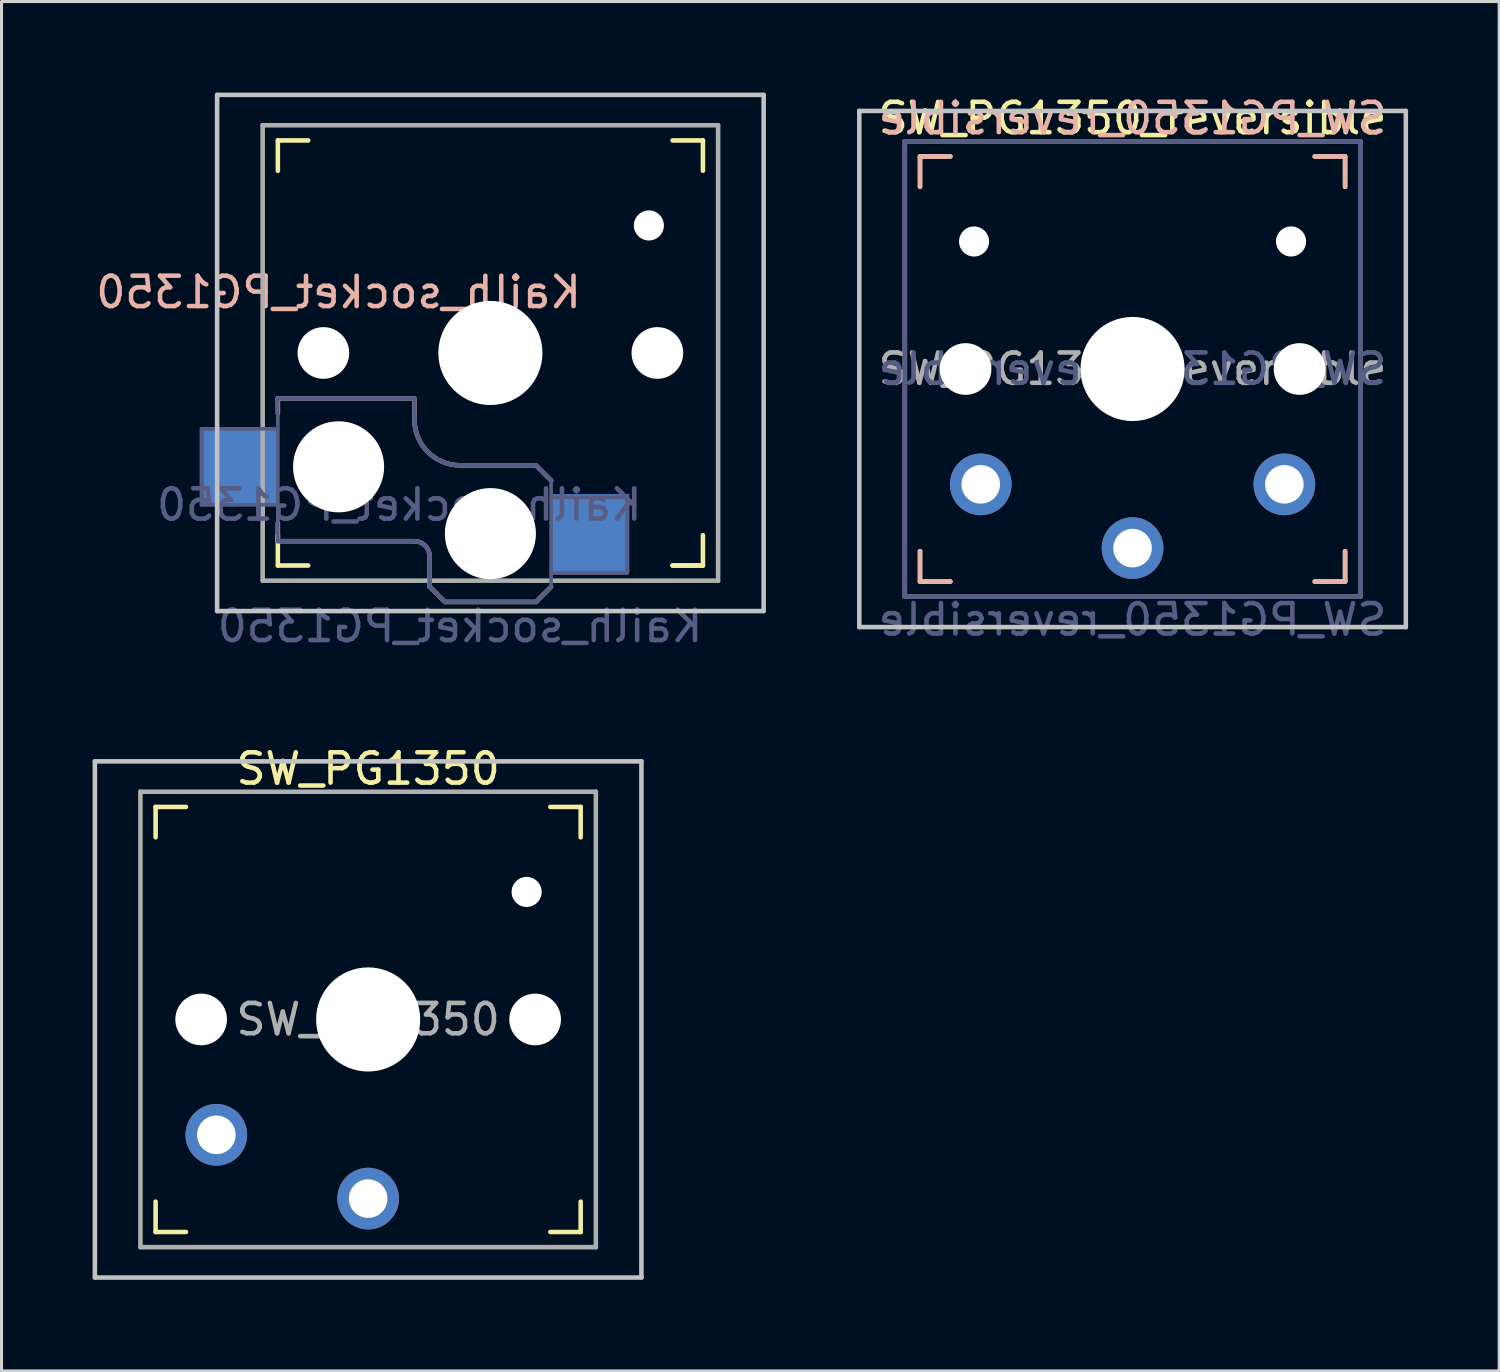
<source format=kicad_pcb>
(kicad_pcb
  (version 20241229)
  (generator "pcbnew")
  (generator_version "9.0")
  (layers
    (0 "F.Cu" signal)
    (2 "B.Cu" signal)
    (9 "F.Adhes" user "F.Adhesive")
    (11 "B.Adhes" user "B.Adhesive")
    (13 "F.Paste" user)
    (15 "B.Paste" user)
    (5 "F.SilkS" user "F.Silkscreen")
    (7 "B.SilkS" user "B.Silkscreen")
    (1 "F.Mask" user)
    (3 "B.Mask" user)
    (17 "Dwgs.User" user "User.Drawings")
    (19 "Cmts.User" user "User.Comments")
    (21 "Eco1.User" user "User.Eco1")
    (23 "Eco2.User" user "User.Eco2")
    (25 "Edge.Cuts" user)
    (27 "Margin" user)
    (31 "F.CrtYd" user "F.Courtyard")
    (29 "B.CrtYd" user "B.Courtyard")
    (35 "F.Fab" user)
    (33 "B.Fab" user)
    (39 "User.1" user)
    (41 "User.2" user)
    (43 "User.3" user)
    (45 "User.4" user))
  (footprint "SW_PG1350_reversible"
    (layer "F.Cu")
    (at 34.251 9.103)
    (property "Reference" "SW_PG1350_reversible" (at 0 -8.255 0) (layer "F.SilkS") (effects (font (size 1 1) (thickness 0.15))))
    (property "Value" "SW_PG1350_reversible" (at 0 8.255 0) (layer "F.Fab") (hide yes) (effects (font (size 1 1) (thickness 0.15))))
    (attr through_hole)
    (fp_line (start -7 -7) (end -6 -7) (stroke (width 0.15) (type solid)) (layer "F.SilkS"))
    (fp_line (start -7 -6) (end -7 -7) (stroke (width 0.15) (type solid)) (layer "F.SilkS"))
    (fp_line (start -7 7) (end -7 6) (stroke (width 0.15) (type solid)) (layer "F.SilkS"))
    (fp_line (start -6 7) (end -7 7) (stroke (width 0.15) (type solid)) (layer "F.SilkS"))
    (fp_line (start 6 -7) (end 7 -7) (stroke (width 0.15) (type solid)) (layer "F.SilkS"))
    (fp_line (start 7 -7) (end 7 -6) (stroke (width 0.15) (type solid)) (layer "F.SilkS"))
    (fp_line (start 7 6) (end 7 7) (stroke (width 0.15) (type solid)) (layer "F.SilkS"))
    (fp_line (start 7 7) (end 6 7) (stroke (width 0.15) (type solid)) (layer "F.SilkS"))
    (fp_line (start -7 -7) (end -6 -7) (stroke (width 0.15) (type solid)) (layer "B.SilkS"))
    (fp_line (start -7 -6) (end -7 -7) (stroke (width 0.15) (type solid)) (layer "B.SilkS"))
    (fp_line (start -7 7) (end -7 6) (stroke (width 0.15) (type solid)) (layer "B.SilkS"))
    (fp_line (start -6 7) (end -7 7) (stroke (width 0.15) (type solid)) (layer "B.SilkS"))
    (fp_line (start 6 -7) (end 7 -7) (stroke (width 0.15) (type solid)) (layer "B.SilkS"))
    (fp_line (start 7 -7) (end 7 -6) (stroke (width 0.15) (type solid)) (layer "B.SilkS"))
    (fp_line (start 7 6) (end 7 7) (stroke (width 0.15) (type solid)) (layer "B.SilkS"))
    (fp_line (start 7 7) (end 6 7) (stroke (width 0.15) (type solid)) (layer "B.SilkS"))
    (fp_line (start -9 -8.5) (end 9 -8.5) (stroke (width 0.15) (type solid)) (layer "Dwgs.User"))
    (fp_line (start -9 8.5) (end -9 -8.5) (stroke (width 0.15) (type solid)) (layer "Dwgs.User"))
    (fp_line (start 9 -8.5) (end 9 8.5) (stroke (width 0.15) (type solid)) (layer "Dwgs.User"))
    (fp_line (start 9 8.5) (end -9 8.5) (stroke (width 0.15) (type solid)) (layer "Dwgs.User"))
    (fp_line (start -6.9 6.9) (end -6.9 -6.9) (stroke (width 0.15) (type solid)) (layer "Eco2.User"))
    (fp_line (start -6.9 6.9) (end 6.9 6.9) (stroke (width 0.15) (type solid)) (layer "Eco2.User"))
    (fp_line (start -2.6 -3.1) (end -2.6 -6.3) (stroke (width 0.15) (type solid)) (layer "Eco2.User"))
    (fp_line (start -2.6 -3.1) (end 2.6 -3.1) (stroke (width 0.15) (type solid)) (layer "Eco2.User"))
    (fp_line (start 2.6 -6.3) (end -2.6 -6.3) (stroke (width 0.15) (type solid)) (layer "Eco2.User"))
    (fp_line (start 2.6 -3.1) (end 2.6 -6.3) (stroke (width 0.15) (type solid)) (layer "Eco2.User"))
    (fp_line (start 6.9 -6.9) (end -6.9 -6.9) (stroke (width 0.15) (type solid)) (layer "Eco2.User"))
    (fp_line (start 6.9 -6.9) (end 6.9 6.9) (stroke (width 0.15) (type solid)) (layer "Eco2.User"))
    (fp_line (start -7.5 -7.5) (end 7.5 -7.5) (stroke (width 0.15) (type solid)) (layer "B.Fab"))
    (fp_line (start -7.5 7.5) (end -7.5 -7.5) (stroke (width 0.15) (type solid)) (layer "B.Fab"))
    (fp_line (start 7.5 -7.5) (end 7.5 7.5) (stroke (width 0.15) (type solid)) (layer "B.Fab"))
    (fp_line (start 7.5 7.5) (end -7.5 7.5) (stroke (width 0.15) (type solid)) (layer "B.Fab"))
    (fp_line (start -7.5 -7.5) (end 7.5 -7.5) (stroke (width 0.15) (type solid)) (layer "F.Fab"))
    (fp_line (start -7.5 7.5) (end -7.5 -7.5) (stroke (width 0.15) (type solid)) (layer "F.Fab"))
    (fp_line (start 7.5 -7.5) (end 7.5 7.5) (stroke (width 0.15) (type solid)) (layer "F.Fab"))
    (fp_line (start 7.5 7.5) (end -7.5 7.5) (stroke (width 0.15) (type solid)) (layer "F.Fab"))
    (fp_text user "${REFERENCE}" (at 0 -8.255 0) (layer "B.SilkS") (effects (font (size 1 1) (thickness 0.15)) (justify mirror)))
    (fp_text user "${VALUE}" (at 0 8.255 0) (layer "B.Fab") (effects (font (size 1 1) (thickness 0.15)) (justify mirror)))
    (fp_text user "${REFERENCE}" (at 0 0 0) (layer "B.Fab") (effects (font (size 1 1) (thickness 0.15)) (justify mirror)))
    (fp_text user "${REFERENCE}" (at 0 0 0) (layer "F.Fab") (effects (font (size 1 1) (thickness 0.15))))
    (pad "" np_thru_hole circle (at -5.5 0) (size 1.702 1.702) (drill 1.702) (layers "*.Cu" "*.Mask"))
    (pad "" np_thru_hole circle (at -5.22 -4.2) (size 0.991 0.991) (drill 0.991) (layers "*.Cu" "*.Mask"))
    (pad "" np_thru_hole circle (at 0 0) (size 3.429 3.429) (drill 3.429) (layers "*.Cu" "*.Mask"))
    (pad "" np_thru_hole circle (at 5.22 -4.2) (size 0.991 0.991) (drill 0.991) (layers "*.Cu" "*.Mask"))
    (pad "" np_thru_hole circle (at 5.5 0) (size 1.702 1.702) (drill 1.702) (layers "*.Cu" "*.Mask"))
    (pad "1" thru_hole circle (at 0 5.9) (size 2.032 2.032) (drill 1.27) (layers "*.Cu" "*.Mask"))
    (pad "2" thru_hole circle (at -5 3.8) (size 2.032 2.032) (drill 1.27) (layers "*.Cu" "*.Mask"))
    (pad "2" thru_hole circle (at 5 3.8) (size 2.032 2.032) (drill 1.27) (layers "*.Cu" "*.Mask")))
  (footprint "Kailh_socket_PG1350"
    (layer "F.Cu")
    (at 13.101 8.575)
    (property "Reference" "Kailh_socket_PG1350" (at -5 -2 0) (layer "B.SilkS") (effects (font (size 1 1) (thickness 0.15)) (justify mirror)))
    (property "Value" "Kailh_socket_PG1350" (at 0 8.255 0) (layer "F.Fab") (hide yes) (effects (font (size 1 1) (thickness 0.15))))
    (attr smd)
    (fp_line (start -7 -6) (end -7 -7) (stroke (width 0.15) (type solid)) (layer "F.SilkS"))
    (fp_line (start -7 7) (end -7 6) (stroke (width 0.15) (type solid)) (layer "F.SilkS"))
    (fp_line (start -7 7) (end -6 7) (stroke (width 0.15) (type solid)) (layer "F.SilkS"))
    (fp_line (start -6 -7) (end -7 -7) (stroke (width 0.15) (type solid)) (layer "F.SilkS"))
    (fp_line (start 6 7) (end 7 7) (stroke (width 0.15) (type solid)) (layer "F.SilkS"))
    (fp_line (start 7 -7) (end 6 -7) (stroke (width 0.15) (type solid)) (layer "F.SilkS"))
    (fp_line (start 7 -7) (end 7 -6) (stroke (width 0.15) (type solid)) (layer "F.SilkS"))
    (fp_line (start 7 6) (end 7 7) (stroke (width 0.15) (type solid)) (layer "F.SilkS"))
    (fp_line (start 7 7) (end 6 7) (stroke (width 0.15) (type solid)) (layer "F.SilkS"))
    (fp_line (start -7 1.5) (end -7 2) (stroke (width 0.15) (type solid)) (layer "B.SilkS"))
    (fp_line (start -7 5.6) (end -7 6.2) (stroke (width 0.15) (type solid)) (layer "B.SilkS"))
    (fp_line (start -7 6.2) (end -2.5 6.2) (stroke (width 0.15) (type solid)) (layer "B.SilkS"))
    (fp_line (start -2.5 1.5) (end -7 1.5) (stroke (width 0.15) (type solid)) (layer "B.SilkS"))
    (fp_line (start -2.5 2.2) (end -2.5 1.5) (stroke (width 0.15) (type solid)) (layer "B.SilkS"))
    (fp_line (start -2 6.7) (end -2 7.7) (stroke (width 0.15) (type solid)) (layer "B.SilkS"))
    (fp_line (start -1.5 8.2) (end -2 7.7) (stroke (width 0.15) (type solid)) (layer "B.SilkS"))
    (fp_line (start 1.5 3.7) (end -1 3.7) (stroke (width 0.15) (type solid)) (layer "B.SilkS"))
    (fp_line (start 1.5 8.2) (end -1.5 8.2) (stroke (width 0.15) (type solid)) (layer "B.SilkS"))
    (fp_line (start 2 4.2) (end 1.5 3.7) (stroke (width 0.15) (type solid)) (layer "B.SilkS"))
    (fp_line (start 2 7.7) (end 1.5 8.2) (stroke (width 0.15) (type solid)) (layer "B.SilkS"))
    (fp_arc (start -2.5 6.2) (mid -2.146447 6.346447) (end -2 6.7) (stroke (width 0.15) (type solid)) (layer "B.SilkS"))
    (fp_arc (start -1 3.7) (mid -2.06066 3.26066) (end -2.5 2.2) (stroke (width 0.15) (type solid)) (layer "B.SilkS"))
    (fp_line (start -9 -8.5) (end 9 -8.5) (stroke (width 0.15) (type solid)) (layer "Dwgs.User"))
    (fp_line (start -9 8.5) (end -9 -8.5) (stroke (width 0.15) (type solid)) (layer "Dwgs.User"))
    (fp_line (start 9 -8.5) (end 9 8.5) (stroke (width 0.15) (type solid)) (layer "Dwgs.User"))
    (fp_line (start 9 8.5) (end -9 8.5) (stroke (width 0.15) (type solid)) (layer "Dwgs.User"))
    (fp_line (start -6.9 6.9) (end -6.9 -6.9) (stroke (width 0.15) (type solid)) (layer "Eco2.User"))
    (fp_line (start -6.9 6.9) (end 6.9 6.9) (stroke (width 0.15) (type solid)) (layer "Eco2.User"))
    (fp_line (start -2.6 -3.1) (end -2.6 -6.3) (stroke (width 0.15) (type solid)) (layer "Eco2.User"))
    (fp_line (start -2.6 -3.1) (end 2.6 -3.1) (stroke (width 0.15) (type solid)) (layer "Eco2.User"))
    (fp_line (start 2.6 -6.3) (end -2.6 -6.3) (stroke (width 0.15) (type solid)) (layer "Eco2.User"))
    (fp_line (start 2.6 -3.1) (end 2.6 -6.3) (stroke (width 0.15) (type solid)) (layer "Eco2.User"))
    (fp_line (start 6.9 -6.9) (end -6.9 -6.9) (stroke (width 0.15) (type solid)) (layer "Eco2.User"))
    (fp_line (start 6.9 -6.9) (end 6.9 6.9) (stroke (width 0.15) (type solid)) (layer "Eco2.User"))
    (fp_line (start -9.5 2.5) (end -7 2.5) (stroke (width 0.12) (type solid)) (layer "B.Fab"))
    (fp_line (start -9.5 5) (end -9.5 2.5) (stroke (width 0.12) (type solid)) (layer "B.Fab"))
    (fp_line (start -7 1.5) (end -7 6.2) (stroke (width 0.12) (type solid)) (layer "B.Fab"))
    (fp_line (start -7 5) (end -9.5 5) (stroke (width 0.12) (type solid)) (layer "B.Fab"))
    (fp_line (start -7 6.2) (end -2.5 6.2) (stroke (width 0.15) (type solid)) (layer "B.Fab"))
    (fp_line (start -2.5 1.5) (end -7 1.5) (stroke (width 0.15) (type solid)) (layer "B.Fab"))
    (fp_line (start -2.5 2.2) (end -2.5 1.5) (stroke (width 0.15) (type solid)) (layer "B.Fab"))
    (fp_line (start -2 6.7) (end -2 7.7) (stroke (width 0.15) (type solid)) (layer "B.Fab"))
    (fp_line (start -1.5 8.2) (end -2 7.7) (stroke (width 0.15) (type solid)) (layer "B.Fab"))
    (fp_line (start 1.5 3.7) (end -1 3.7) (stroke (width 0.15) (type solid)) (layer "B.Fab"))
    (fp_line (start 1.5 8.2) (end -1.5 8.2) (stroke (width 0.15) (type solid)) (layer "B.Fab"))
    (fp_line (start 2 4.2) (end 1.5 3.7) (stroke (width 0.15) (type solid)) (layer "B.Fab"))
    (fp_line (start 2 4.25) (end 2 7.7) (stroke (width 0.12) (type solid)) (layer "B.Fab"))
    (fp_line (start 2 4.75) (end 4.5 4.75) (stroke (width 0.12) (type solid)) (layer "B.Fab"))
    (fp_line (start 2 7.7) (end 1.5 8.2) (stroke (width 0.15) (type solid)) (layer "B.Fab"))
    (fp_line (start 4.5 4.75) (end 4.5 7.25) (stroke (width 0.12) (type solid)) (layer "B.Fab"))
    (fp_line (start 4.5 7.25) (end 2 7.25) (stroke (width 0.12) (type solid)) (layer "B.Fab"))
    (fp_arc (start -2.5 6.2) (mid -2.146447 6.346447) (end -2 6.7) (stroke (width 0.15) (type solid)) (layer "B.Fab"))
    (fp_arc (start -1 3.7) (mid -2.06066 3.26066) (end -2.5 2.2) (stroke (width 0.15) (type solid)) (layer "B.Fab"))
    (fp_line (start -7.5 -7.5) (end 7.5 -7.5) (stroke (width 0.15) (type solid)) (layer "F.Fab"))
    (fp_line (start -7.5 7.5) (end -7.5 -7.5) (stroke (width 0.15) (type solid)) (layer "F.Fab"))
    (fp_line (start 7.5 -7.5) (end 7.5 7.5) (stroke (width 0.15) (type solid)) (layer "F.Fab"))
    (fp_line (start 7.5 7.5) (end -7.5 7.5) (stroke (width 0.15) (type solid)) (layer "F.Fab"))
    (fp_text user "${VALUE}" (at -1 9 0) (layer "B.Fab") (effects (font (size 1 1) (thickness 0.15)) (justify mirror)))
    (fp_text user "${REFERENCE}" (at -3 5 0) (layer "B.Fab") (effects (font (size 1 1) (thickness 0.15)) (justify mirror)))
    (pad "" np_thru_hole circle (at -5.5 0) (size 1.702 1.702) (drill 1.702) (layers "*.Cu" "*.Mask"))
    (pad "" np_thru_hole circle (at -5 3.75) (size 3 3) (drill 3) (layers "*.Cu" "*.Mask"))
    (pad "" np_thru_hole circle (at 0 0) (size 3.429 3.429) (drill 3.429) (layers "*.Cu" "*.Mask"))
    (pad "" np_thru_hole circle (at 0 5.95) (size 3 3) (drill 3) (layers "*.Cu" "*.Mask"))
    (pad "" np_thru_hole circle (at 5.22 -4.2) (size 0.991 0.991) (drill 0.991) (layers "*.Cu" "*.Mask"))
    (pad "" np_thru_hole circle (at 5.5 0) (size 1.702 1.702) (drill 1.702) (layers "*.Cu" "*.Mask"))
    (pad "1" smd rect (at 3.275 5.95) (size 2.6 2.6) (layers "B.Cu" "B.Mask" "B.Paste"))
    (pad "2" smd rect (at -8.275 3.75) (size 2.6 2.6) (layers "B.Cu" "B.Mask" "B.Paste")))
  (footprint "SW_PG1350"
    (layer "F.Cu")
    (at 9.075 30.526)
    (property "Reference" "SW_PG1350" (at 0 -8.255 0) (layer "F.SilkS") (effects (font (size 1 1) (thickness 0.15))))
    (attr through_hole)
    (fp_line (start -7 -6) (end -7 -7) (stroke (width 0.15) (type solid)) (layer "F.SilkS"))
    (fp_line (start -7 7) (end -7 6) (stroke (width 0.15) (type solid)) (layer "F.SilkS"))
    (fp_line (start -7 7) (end -6 7) (stroke (width 0.15) (type solid)) (layer "F.SilkS"))
    (fp_line (start -6 -7) (end -7 -7) (stroke (width 0.15) (type solid)) (layer "F.SilkS"))
    (fp_line (start 6 7) (end 7 7) (stroke (width 0.15) (type solid)) (layer "F.SilkS"))
    (fp_line (start 7 -7) (end 6 -7) (stroke (width 0.15) (type solid)) (layer "F.SilkS"))
    (fp_line (start 7 -7) (end 7 -6) (stroke (width 0.15) (type solid)) (layer "F.SilkS"))
    (fp_line (start 7 6) (end 7 7) (stroke (width 0.15) (type solid)) (layer "F.SilkS"))
    (fp_line (start -9 -8.5) (end 9 -8.5) (stroke (width 0.15) (type solid)) (layer "Dwgs.User"))
    (fp_line (start -9 8.5) (end -9 -8.5) (stroke (width 0.15) (type solid)) (layer "Dwgs.User"))
    (fp_line (start 9 -8.5) (end 9 8.5) (stroke (width 0.15) (type solid)) (layer "Dwgs.User"))
    (fp_line (start 9 8.5) (end -9 8.5) (stroke (width 0.15) (type solid)) (layer "Dwgs.User"))
    (fp_line (start -6.9 6.9) (end -6.9 -6.9) (stroke (width 0.15) (type solid)) (layer "Eco2.User"))
    (fp_line (start -6.9 6.9) (end 6.9 6.9) (stroke (width 0.15) (type solid)) (layer "Eco2.User"))
    (fp_line (start -2.6 -3.1) (end -2.6 -6.3) (stroke (width 0.15) (type solid)) (layer "Eco2.User"))
    (fp_line (start -2.6 -3.1) (end 2.6 -3.1) (stroke (width 0.15) (type solid)) (layer "Eco2.User"))
    (fp_line (start 2.6 -6.3) (end -2.6 -6.3) (stroke (width 0.15) (type solid)) (layer "Eco2.User"))
    (fp_line (start 2.6 -3.1) (end 2.6 -6.3) (stroke (width 0.15) (type solid)) (layer "Eco2.User"))
    (fp_line (start 6.9 -6.9) (end -6.9 -6.9) (stroke (width 0.15) (type solid)) (layer "Eco2.User"))
    (fp_line (start 6.9 -6.9) (end 6.9 6.9) (stroke (width 0.15) (type solid)) (layer "Eco2.User"))
    (fp_line (start -7.5 -7.5) (end 7.5 -7.5) (stroke (width 0.15) (type solid)) (layer "F.Fab"))
    (fp_line (start -7.5 7.5) (end -7.5 -7.5) (stroke (width 0.15) (type solid)) (layer "F.Fab"))
    (fp_line (start 7.5 -7.5) (end 7.5 7.5) (stroke (width 0.15) (type solid)) (layer "F.Fab"))
    (fp_line (start 7.5 7.5) (end -7.5 7.5) (stroke (width 0.15) (type solid)) (layer "F.Fab"))
    (fp_text user "${REFERENCE}" (at 0 0 0) (layer "F.Fab") (effects (font (size 1 1) (thickness 0.15))))
    (pad "" np_thru_hole circle (at -5.5 0) (size 1.702 1.702) (drill 1.702) (layers "*.Cu" "*.Mask"))
    (pad "" np_thru_hole circle (at 0 0) (size 3.429 3.429) (drill 3.429) (layers "*.Cu" "*.Mask"))
    (pad "" np_thru_hole circle (at 5.22 -4.2) (size 0.991 0.991) (drill 0.991) (layers "*.Cu" "*.Mask"))
    (pad "" np_thru_hole circle (at 5.5 0) (size 1.702 1.702) (drill 1.702) (layers "*.Cu" "*.Mask"))
    (pad "1" thru_hole circle (at 0 5.9) (size 2.032 2.032) (drill 1.27) (layers "*.Cu" "*.Mask"))
    (pad "2" thru_hole circle (at -5 3.8) (size 2.032 2.032) (drill 1.27) (layers "*.Cu" "*.Mask")))
  (gr_rect
    (start -3 -3)
    (end 46.326 42.102)
    (stroke (width 0.1) (type default))
    (fill no)
    (layer "Edge.Cuts")))
</source>
